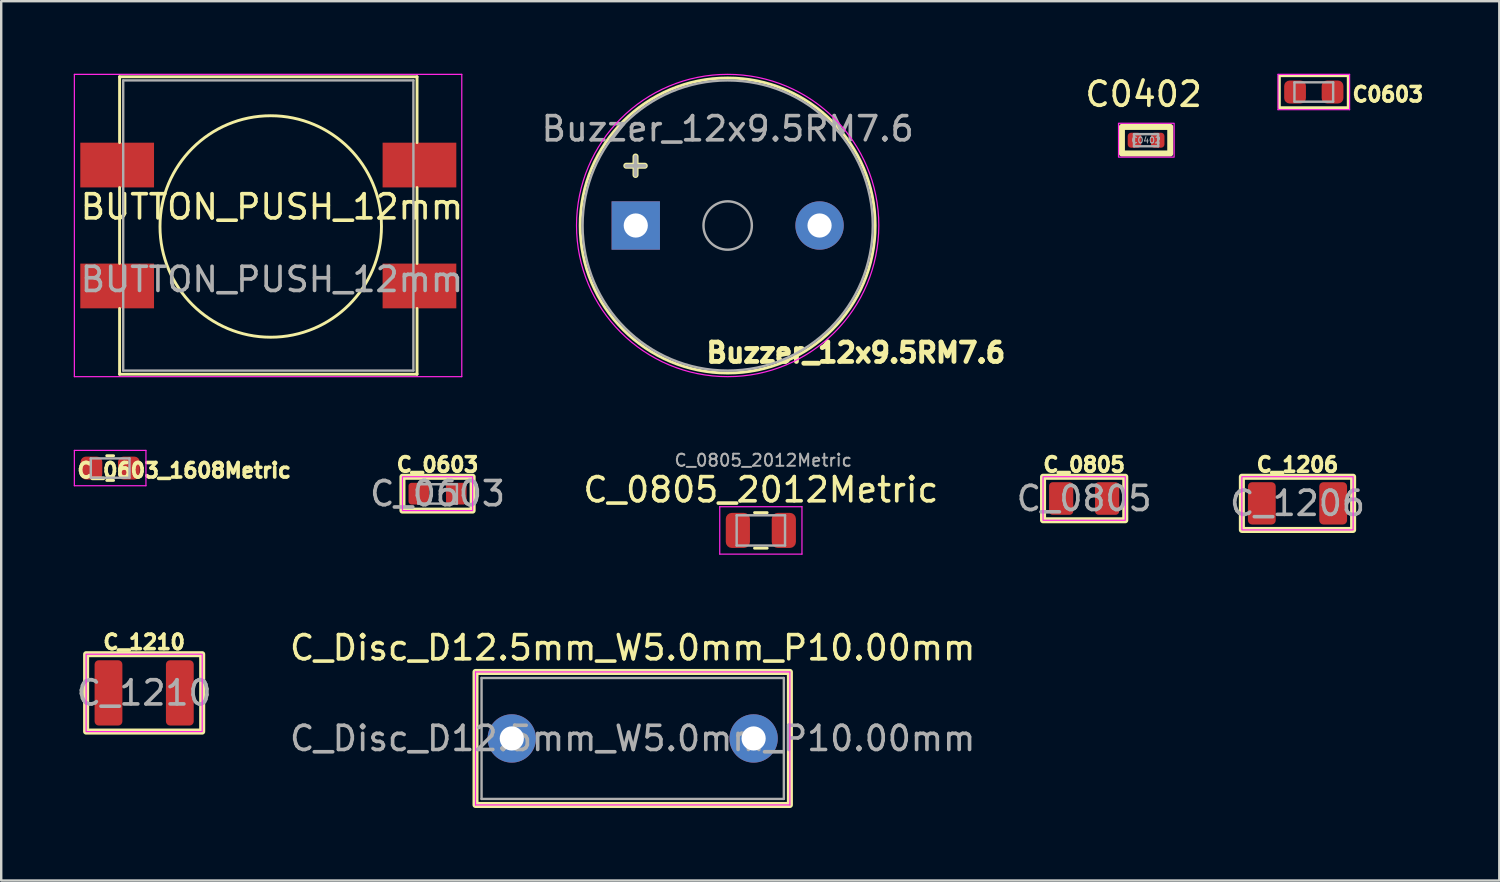
<source format=kicad_pcb>
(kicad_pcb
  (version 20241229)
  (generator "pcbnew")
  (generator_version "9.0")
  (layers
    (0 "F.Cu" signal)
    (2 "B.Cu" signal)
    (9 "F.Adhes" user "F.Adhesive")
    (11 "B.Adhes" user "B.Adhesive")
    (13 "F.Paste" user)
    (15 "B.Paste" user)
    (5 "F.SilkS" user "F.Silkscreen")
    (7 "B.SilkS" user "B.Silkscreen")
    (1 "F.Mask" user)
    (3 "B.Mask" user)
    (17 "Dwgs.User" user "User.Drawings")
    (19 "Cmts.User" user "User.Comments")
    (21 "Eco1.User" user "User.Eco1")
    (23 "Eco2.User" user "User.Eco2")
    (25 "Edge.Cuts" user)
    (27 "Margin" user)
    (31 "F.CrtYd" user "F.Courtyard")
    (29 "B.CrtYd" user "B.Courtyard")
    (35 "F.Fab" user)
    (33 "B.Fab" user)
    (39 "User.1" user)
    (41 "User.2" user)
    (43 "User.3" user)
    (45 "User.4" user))
  (footprint "C_0805_2012Metric"
    (layer "F.Cu")
    (at 28.412 18.883)
    (property "Reference" "C_0805_2012Metric" (at 0 -1.68 0) (layer "F.SilkS") (effects (font (size 1 1) (thickness 0.15))))
    (attr smd)
    (fp_line (start -0.261 -0.735) (end 0.261 -0.735) (stroke (width 0.12) (type solid)) (layer "F.SilkS"))
    (fp_line (start -0.261 0.735) (end 0.261 0.735) (stroke (width 0.12) (type solid)) (layer "F.SilkS"))
    (fp_line (start -1.7 -0.98) (end 1.7 -0.98) (stroke (width 0.05) (type solid)) (layer "F.CrtYd"))
    (fp_line (start -1.7 0.98) (end -1.7 -0.98) (stroke (width 0.05) (type solid)) (layer "F.CrtYd"))
    (fp_line (start 1.7 -0.98) (end 1.7 0.98) (stroke (width 0.05) (type solid)) (layer "F.CrtYd"))
    (fp_line (start 1.7 0.98) (end -1.7 0.98) (stroke (width 0.05) (type solid)) (layer "F.CrtYd"))
    (fp_line (start -1 -0.625) (end 1 -0.625) (stroke (width 0.1) (type solid)) (layer "F.Fab"))
    (fp_line (start -1 0.625) (end -1 -0.625) (stroke (width 0.1) (type solid)) (layer "F.Fab"))
    (fp_line (start 1 -0.625) (end 1 0.625) (stroke (width 0.1) (type solid)) (layer "F.Fab"))
    (fp_line (start 1 0.625) (end -1 0.625) (stroke (width 0.1) (type solid)) (layer "F.Fab"))
    (fp_text user "${REFERENCE}" (at 0.1 -2.9 0) (layer "F.Fab") (effects (font (size 0.5 0.5) (thickness 0.08))))
    (pad "1" smd roundrect (at -0.95 0) (size 1 1.45) (layers "F.Cu" "F.Mask" "F.Paste") (roundrect_rratio 0.25))
    (pad "2" smd roundrect (at 0.95 0) (size 1 1.45) (layers "F.Cu" "F.Mask" "F.Paste") (roundrect_rratio 0.25)))
  (footprint "C_1206"
    (layer "F.Cu")
    (at 50.603 17.764)
    (property "Reference" "C_1206" (at 0 -1.6 0) (unlocked yes) (layer "F.SilkS") (effects (font (size 0.6 0.6) (thickness 0.15) (bold yes))))
    (attr smd)
    (fp_rect (start -2.3 -1.1) (end 2.3 1.1) (stroke (width 0.25) (type default)) (fill no) (layer "F.SilkS"))
    (fp_rect (start -2.3 -1.1) (end 2.3 1.1) (stroke (width 0.05) (type default)) (fill no) (layer "F.CrtYd"))
    (fp_text user "${REFERENCE}" (at 0 0 0) (unlocked yes) (layer "F.Fab") (effects (font (size 1 1) (thickness 0.15))))
    (pad "1" smd roundrect (at -1.475 0) (size 1.15 1.75) (layers "F.Cu" "F.Mask" "F.Paste") (roundrect_rratio 0.15))
    (pad "2" smd roundrect (at 1.475 0) (size 1.15 1.75) (layers "F.Cu" "F.Mask" "F.Paste") (roundrect_rratio 0.15)))
  (footprint "C_Disc_D12.5mm_W5.0mm_P10.00mm"
    (layer "F.Cu")
    (at 18.113 27.486)
    (property "Reference" "C_Disc_D12.5mm_W5.0mm_P10.00mm" (at 5 -3.75 0) (layer "F.SilkS") (effects (font (size 1 1) (thickness 0.15))))
    (attr through_hole)
    (fp_rect (start -1.5 -2.75) (end 11.5 2.75) (stroke (width 0.25) (type default)) (fill no) (layer "F.SilkS"))
    (fp_line (start -1.5 -2.75) (end -1.5 2.75) (stroke (width 0.05) (type solid)) (layer "F.CrtYd"))
    (fp_line (start -1.5 2.75) (end 11.5 2.75) (stroke (width 0.05) (type solid)) (layer "F.CrtYd"))
    (fp_line (start 11.5 -2.75) (end -1.5 -2.75) (stroke (width 0.05) (type solid)) (layer "F.CrtYd"))
    (fp_line (start 11.5 2.75) (end 11.5 -2.75) (stroke (width 0.05) (type solid)) (layer "F.CrtYd"))
    (fp_line (start -1.25 -2.5) (end -1.25 2.5) (stroke (width 0.1) (type solid)) (layer "F.Fab"))
    (fp_line (start -1.25 2.5) (end 11.25 2.5) (stroke (width 0.1) (type solid)) (layer "F.Fab"))
    (fp_line (start 11.25 -2.5) (end -1.25 -2.5) (stroke (width 0.1) (type solid)) (layer "F.Fab"))
    (fp_line (start 11.25 2.5) (end 11.25 -2.5) (stroke (width 0.1) (type solid)) (layer "F.Fab"))
    (fp_text user "${REFERENCE}" (at 5 0 0) (layer "F.Fab") (effects (font (size 1 1) (thickness 0.15))))
    (pad "1" thru_hole circle (at 0 0) (size 2 2) (drill 1) (layers "*.Cu" "*.Mask"))
    (pad "2" thru_hole circle (at 10 0) (size 2 2) (drill 1) (layers "*.Cu" "*.Mask")))
  (footprint "C_0603"
    (layer "F.Cu")
    (at 15.043 17.364)
    (property "Reference" "C_0603" (at 0 -1.2 0) (unlocked yes) (layer "F.SilkS") (effects (font (size 0.6 0.6) (thickness 0.15) (bold yes))))
    (attr smd)
    (fp_rect (start -1.451 -0.7) (end 1.451 0.7) (stroke (width 0.25) (type default)) (fill no) (layer "F.SilkS"))
    (fp_rect (start -1.451 -0.7) (end 1.451 0.7) (stroke (width 0.05) (type default)) (fill no) (layer "F.CrtYd"))
    (fp_line (start -0.8 -0.39) (end 0.8 -0.39) (stroke (width 0.1) (type solid)) (layer "F.Fab"))
    (fp_line (start -0.8 0.41) (end -0.8 -0.39) (stroke (width 0.1) (type solid)) (layer "F.Fab"))
    (fp_line (start 0.8 -0.39) (end 0.8 0.41) (stroke (width 0.1) (type solid)) (layer "F.Fab"))
    (fp_line (start 0.8 0.41) (end -0.8 0.41) (stroke (width 0.1) (type solid)) (layer "F.Fab"))
    (fp_text user "${REFERENCE}" (at 0 0 0) (unlocked yes) (layer "F.Fab") (effects (font (size 1 1) (thickness 0.15))))
    (pad "1" smd roundrect (at -0.775 0) (size 0.85 0.9) (layers "F.Cu" "F.Mask" "F.Paste") (roundrect_rratio 0.15))
    (pad "2" smd roundrect (at 0.775 0) (size 0.85 0.9) (layers "F.Cu" "F.Mask" "F.Paste") (roundrect_rratio 0.15)))
  (footprint "C_0603_1608Metric"
    (layer "F.Cu")
    (at 1.505 16.305)
    (property "Reference" "C_0603_1608Metric" (at 3.062 0.1 180) (layer "F.SilkS") (effects (font (size 0.6 0.6) (thickness 0.15))))
    (attr smd)
    (fp_line (start -0.141 -0.51) (end 0.141 -0.51) (stroke (width 0.12) (type solid)) (layer "F.SilkS"))
    (fp_line (start -0.141 0.51) (end 0.141 0.51) (stroke (width 0.12) (type solid)) (layer "F.SilkS"))
    (fp_line (start -1.48 -0.73) (end 1.48 -0.73) (stroke (width 0.05) (type solid)) (layer "F.CrtYd"))
    (fp_line (start -1.48 0.73) (end -1.48 -0.73) (stroke (width 0.05) (type solid)) (layer "F.CrtYd"))
    (fp_line (start 1.48 -0.73) (end 1.48 0.73) (stroke (width 0.05) (type solid)) (layer "F.CrtYd"))
    (fp_line (start 1.48 0.73) (end -1.48 0.73) (stroke (width 0.05) (type solid)) (layer "F.CrtYd"))
    (fp_line (start -0.8 -0.4) (end 0.8 -0.4) (stroke (width 0.1) (type solid)) (layer "F.Fab"))
    (fp_line (start -0.8 0.4) (end -0.8 -0.4) (stroke (width 0.1) (type solid)) (layer "F.Fab"))
    (fp_line (start 0.8 -0.4) (end 0.8 0.4) (stroke (width 0.1) (type solid)) (layer "F.Fab"))
    (fp_line (start 0.8 0.4) (end -0.8 0.4) (stroke (width 0.1) (type solid)) (layer "F.Fab"))
    (pad "1" smd roundrect (at -0.775 0) (size 0.9 0.95) (layers "F.Cu" "F.Mask" "F.Paste") (roundrect_rratio 0.25))
    (pad "2" smd roundrect (at 0.775 0) (size 0.9 0.95) (layers "F.Cu" "F.Mask" "F.Paste") (roundrect_rratio 0.25)))
  (footprint "C0402"
    (layer "F.Cu")
    (at 44.342 2.748)
    (property "Reference" "C0402" (at -0.1 -1.9 0) (layer "F.SilkS") (effects (font (size 1 1) (thickness 0.15))))
    (attr smd)
    (fp_rect (start -1 -0.55) (end 1 0.55) (stroke (width 0.25) (type solid)) (fill no) (layer "F.SilkS"))
    (fp_rect (start -1.14 -0.7) (end 1.16 0.7) (stroke (width 0.05) (type solid)) (fill no) (layer "F.CrtYd"))
    (fp_line (start -0.5 -0.25) (end 0.5 -0.25) (stroke (width 0.1) (type solid)) (layer "F.Fab"))
    (fp_line (start -0.5 0.25) (end -0.5 -0.25) (stroke (width 0.1) (type solid)) (layer "F.Fab"))
    (fp_line (start 0.5 -0.25) (end 0.5 0.25) (stroke (width 0.1) (type solid)) (layer "F.Fab"))
    (fp_line (start 0.5 0.25) (end -0.5 0.25) (stroke (width 0.1) (type solid)) (layer "F.Fab"))
    (fp_text user "${REFERENCE}" (at 0 0 0) (layer "F.Fab") (effects (font (size 0.25 0.25) (thickness 0.04))))
    (pad "1" smd roundrect (at -0.48 0) (size 0.56 0.62) (layers "F.Cu" "F.Mask" "F.Paste") (roundrect_rratio 0.25))
    (pad "2" smd roundrect (at 0.48 0) (size 0.56 0.62) (layers "F.Cu" "F.Mask" "F.Paste") (roundrect_rratio 0.25)))
  (footprint "C_1210"
    (layer "F.Cu")
    (at 2.911 25.602)
    (property "Reference" "C_1210" (at 0 -2.1 0) (unlocked yes) (layer "F.SilkS") (effects (font (size 0.6 0.6) (thickness 0.15) (bold yes))))
    (attr smd)
    (fp_rect (start -2.4 -1.6) (end 2.4 1.6) (stroke (width 0.25) (type default)) (fill no) (layer "F.SilkS"))
    (fp_rect (start -2.4 -1.6) (end 2.4 1.6) (stroke (width 0.05) (type default)) (fill no) (layer "F.CrtYd"))
    (fp_text user "${REFERENCE}" (at 0 0 0) (unlocked yes) (layer "F.Fab") (effects (font (size 1 1) (thickness 0.15))))
    (pad "1" smd roundrect (at -1.475 0) (size 1.15 2.7) (layers "F.Cu" "F.Mask" "F.Paste") (roundrect_rratio 0.15))
    (pad "2" smd roundrect (at 1.475 0) (size 1.15 2.7) (layers "F.Cu" "F.Mask" "F.Paste") (roundrect_rratio 0.15)))
  (footprint "C_0805"
    (layer "F.Cu")
    (at 41.781 17.564)
    (property "Reference" "C_0805" (at 0 -1.4 0) (unlocked yes) (layer "F.SilkS") (effects (font (size 0.6 0.6) (thickness 0.15) (bold yes))))
    (attr smd)
    (fp_rect (start -1.7 -0.9) (end 1.7 0.9) (stroke (width 0.25) (type default)) (fill no) (layer "F.SilkS"))
    (fp_rect (start -1.7 -0.9) (end 1.7 0.9) (stroke (width 0.05) (type default)) (fill no) (layer "F.CrtYd"))
    (fp_text user "${REFERENCE}" (at 0 0 0) (unlocked yes) (layer "F.Fab") (effects (font (size 1 1) (thickness 0.15))))
    (pad "1" smd roundrect (at -0.95 0) (size 1 1.35) (layers "F.Cu" "F.Mask" "F.Paste") (roundrect_rratio 0.15))
    (pad "2" smd roundrect (at 0.95 0) (size 1 1.35) (layers "F.Cu" "F.Mask" "F.Paste") (roundrect_rratio 0.15)))
  (footprint "C0603"
    (layer "F.Cu")
    (at 51.277 0.755)
    (property "Reference" "C0603" (at 3.062 0.1 180) (layer "F.SilkS") (effects (font (size 0.6 0.6) (thickness 0.15))))
    (attr smd)
    (fp_rect (start -1.425 -0.675) (end 1.425 0.65) (stroke (width 0.12) (type solid)) (fill no) (layer "F.SilkS"))
    (fp_line (start -1.48 -0.73) (end 1.48 -0.73) (stroke (width 0.05) (type solid)) (layer "F.CrtYd"))
    (fp_line (start -1.48 0.73) (end -1.48 -0.73) (stroke (width 0.05) (type solid)) (layer "F.CrtYd"))
    (fp_line (start 1.48 -0.73) (end 1.48 0.73) (stroke (width 0.05) (type solid)) (layer "F.CrtYd"))
    (fp_line (start 1.48 0.73) (end -1.48 0.73) (stroke (width 0.05) (type solid)) (layer "F.CrtYd"))
    (fp_line (start -0.8 -0.4) (end 0.8 -0.4) (stroke (width 0.1) (type solid)) (layer "F.Fab"))
    (fp_line (start -0.8 0.4) (end -0.8 -0.4) (stroke (width 0.1) (type solid)) (layer "F.Fab"))
    (fp_line (start 0.8 -0.4) (end 0.8 0.4) (stroke (width 0.1) (type solid)) (layer "F.Fab"))
    (fp_line (start 0.8 0.4) (end -0.8 0.4) (stroke (width 0.1) (type solid)) (layer "F.Fab"))
    (pad "1" smd roundrect (at -0.775 0) (size 0.9 0.95) (layers "F.Cu" "F.Mask" "F.Paste") (roundrect_rratio 0.25))
    (pad "2" smd roundrect (at 0.775 0) (size 0.9 0.95) (layers "F.Cu" "F.Mask" "F.Paste") (roundrect_rratio 0.25)))
  (footprint "Buzzer_12x9.5RM7.6"
    (layer "F.Cu")
    (at 23.24 6.275)
    (property "Reference" "Buzzer_12x9.5RM7.6" (at 9.1 5.26 0) (layer "F.SilkS") (effects (font (size 0.8 0.8) (thickness 0.2))))
    (attr through_hole)
    (fp_circle (center 3.8 0) (end 9.9 0) (stroke (width 0.12) (type solid)) (fill no) (layer "F.SilkS"))
    (fp_circle (center 3.8 0) (end 10.05 0) (stroke (width 0.05) (type solid)) (fill no) (layer "F.CrtYd"))
    (fp_circle (center 3.8 0) (end 4.8 0) (stroke (width 0.1) (type solid)) (fill no) (layer "F.Fab"))
    (fp_circle (center 3.8 0) (end 9.8 0) (stroke (width 0.1) (type solid)) (fill no) (layer "F.Fab"))
    (fp_text user "+" (at -0.01 -2.54 180) (layer "F.SilkS") (effects (font (size 1 1) (thickness 0.25) (bold yes))))
    (fp_text user "${REFERENCE}" (at 3.8 -4 180) (layer "F.Fab") (effects (font (size 1 1) (thickness 0.15))))
    (fp_text user "+" (at -0.01 -2.54 180) (layer "F.Fab") (effects (font (size 1 1) (thickness 0.15))))
    (pad "1" thru_hole rect (at 0 0) (size 2 2) (drill 1) (layers "*.Cu" "*.Mask"))
    (pad "2" thru_hole circle (at 7.6 0) (size 2 2) (drill 1) (layers "*.Cu" "*.Mask")))
  (footprint "BUTTON_PUSH_12mm"
    (layer "F.Cu")
    (at 8.195 6.005)
    (property "Reference" "BUTTON_PUSH_12mm" (at 0 -0.5 0) (unlocked yes) (layer "F.SilkS") (effects (font (size 1 1) (thickness 0.15))))
    (attr smd)
    (fp_line (start -6.3 -5.88) (end 6 -5.88) (stroke (width 0.12) (type solid)) (layer "F.SilkS"))
    (fp_line (start -6.3 -3.16) (end -6.3 -5.88) (stroke (width 0.12) (type solid)) (layer "F.SilkS"))
    (fp_line (start -6.3 1.84) (end -6.3 -1.3) (stroke (width 0.12) (type solid)) (layer "F.SilkS"))
    (fp_line (start -6.3 6.42) (end -6.3 3.7) (stroke (width 0.12) (type solid)) (layer "F.SilkS"))
    (fp_line (start 6 -5.88) (end 6 -3.16) (stroke (width 0.12) (type solid)) (layer "F.SilkS"))
    (fp_line (start 6 -1.3) (end 6 1.84) (stroke (width 0.12) (type solid)) (layer "F.SilkS"))
    (fp_line (start 6 3.7) (end 6 6.42) (stroke (width 0.12) (type solid)) (layer "F.SilkS"))
    (fp_line (start 6 6.42) (end -6.3 6.42) (stroke (width 0.12) (type solid)) (layer "F.SilkS"))
    (fp_circle (center -0.05 0.31) (end 3.76 2.85) (stroke (width 0.12) (type solid)) (fill no) (layer "F.SilkS"))
    (fp_line (start -8.17 -5.98) (end -8.17 6.52) (stroke (width 0.05) (type solid)) (layer "F.CrtYd"))
    (fp_line (start -8.17 -5.98) (end 7.85 -5.98) (stroke (width 0.05) (type solid)) (layer "F.CrtYd"))
    (fp_line (start 7.85 6.52) (end -8.17 6.52) (stroke (width 0.05) (type solid)) (layer "F.CrtYd"))
    (fp_line (start 7.85 6.52) (end 7.85 -5.98) (stroke (width 0.05) (type solid)) (layer "F.CrtYd"))
    (fp_line (start -6.15 -5.73) (end -6.15 6.27) (stroke (width 0.1) (type solid)) (layer "F.Fab"))
    (fp_line (start -6.15 -5.73) (end 5.85 -5.73) (stroke (width 0.1) (type solid)) (layer "F.Fab"))
    (fp_line (start -6.15 6.27) (end 5.85 6.27) (stroke (width 0.1) (type solid)) (layer "F.Fab"))
    (fp_line (start 5.85 -5.73) (end 5.85 6.27) (stroke (width 0.1) (type solid)) (layer "F.Fab"))
    (fp_text user "${REFERENCE}" (at 0 2.5 0) (unlocked yes) (layer "F.Fab") (effects (font (size 1 1) (thickness 0.15))))
    (pad "1" smd rect (at -6.4 -2.23) (size 3.048 1.85) (layers "F.Cu" "F.Mask" "F.Paste"))
    (pad "1" smd rect (at 6.1 -2.23) (size 3.048 1.85) (layers "F.Cu" "F.Mask" "F.Paste"))
    (pad "2" smd rect (at -6.4 2.77) (size 3.048 1.85) (layers "F.Cu" "F.Mask" "F.Paste"))
    (pad "2" smd rect (at 6.1 2.77) (size 3.048 1.85) (layers "F.Cu" "F.Mask" "F.Paste")))
  (gr_rect
    (start -3 -3)
    (end 58.948 33.361)
    (stroke (width 0.1) (type default))
    (fill no)
    (layer "Edge.Cuts")))
</source>
